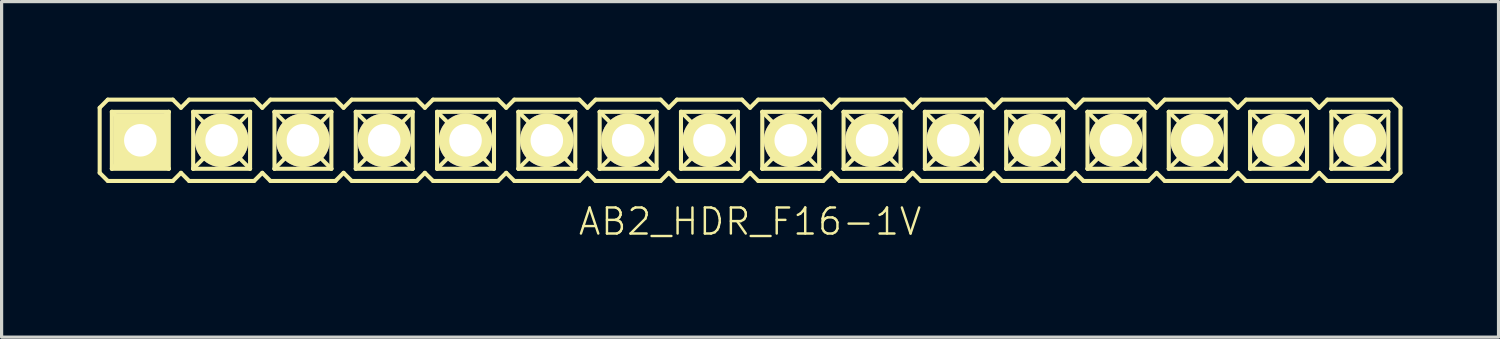
<source format=kicad_pcb>
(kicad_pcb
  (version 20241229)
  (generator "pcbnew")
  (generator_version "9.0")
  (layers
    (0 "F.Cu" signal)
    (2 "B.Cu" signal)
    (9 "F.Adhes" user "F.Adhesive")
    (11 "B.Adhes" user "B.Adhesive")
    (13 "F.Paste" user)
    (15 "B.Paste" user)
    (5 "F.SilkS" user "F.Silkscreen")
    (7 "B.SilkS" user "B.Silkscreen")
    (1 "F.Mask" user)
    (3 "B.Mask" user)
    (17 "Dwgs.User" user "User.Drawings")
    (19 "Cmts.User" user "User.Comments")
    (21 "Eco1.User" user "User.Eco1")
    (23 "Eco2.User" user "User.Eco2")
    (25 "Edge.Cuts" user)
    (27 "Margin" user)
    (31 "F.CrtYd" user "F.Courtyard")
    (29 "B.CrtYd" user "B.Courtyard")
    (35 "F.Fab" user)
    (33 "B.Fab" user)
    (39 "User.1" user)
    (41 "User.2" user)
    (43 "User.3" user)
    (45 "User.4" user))
  (footprint "AB2_HDR_F16-1V"
    (layer "F.Cu")
    (at 20.384 1.333)
    (property "Reference" "AB2_HDR_F16-1V" (at 0 2.54 0) (layer "F.SilkS") (effects (font (size 0.813 0.813) (thickness 0.076))))
    (attr through_hole)
    (fp_line (start -20.32 -1.016) (end -20.066 -1.27) (stroke (width 0.127) (type solid)) (layer "F.SilkS"))
    (fp_line (start -20.32 1.016) (end -20.32 -1.016) (stroke (width 0.127) (type solid)) (layer "F.SilkS"))
    (fp_line (start -20.066 -1.27) (end -18.034 -1.27) (stroke (width 0.127) (type solid)) (layer "F.SilkS"))
    (fp_line (start -20.066 1.27) (end -20.32 1.016) (stroke (width 0.127) (type solid)) (layer "F.SilkS"))
    (fp_line (start -19.939 -0.889) (end -18.161 -0.889) (stroke (width 0.127) (type solid)) (layer "F.SilkS"))
    (fp_line (start -19.939 0.889) (end -19.939 -0.889) (stroke (width 0.127) (type solid)) (layer "F.SilkS"))
    (fp_line (start -19.558 -0.508) (end -19.939 -0.889) (stroke (width 0.127) (type solid)) (layer "F.SilkS"))
    (fp_line (start -19.558 -0.508) (end -18.542 -0.508) (stroke (width 0.127) (type solid)) (layer "F.SilkS"))
    (fp_line (start -19.558 0.508) (end -19.939 0.889) (stroke (width 0.127) (type solid)) (layer "F.SilkS"))
    (fp_line (start -19.558 0.508) (end -19.558 -0.508) (stroke (width 0.127) (type solid)) (layer "F.SilkS"))
    (fp_line (start -18.542 -0.508) (end -18.542 0.508) (stroke (width 0.127) (type solid)) (layer "F.SilkS"))
    (fp_line (start -18.542 -0.508) (end -18.161 -0.889) (stroke (width 0.127) (type solid)) (layer "F.SilkS"))
    (fp_line (start -18.542 0.508) (end -19.558 0.508) (stroke (width 0.127) (type solid)) (layer "F.SilkS"))
    (fp_line (start -18.542 0.508) (end -18.161 0.889) (stroke (width 0.127) (type solid)) (layer "F.SilkS"))
    (fp_line (start -18.161 -0.889) (end -18.161 0.889) (stroke (width 0.127) (type solid)) (layer "F.SilkS"))
    (fp_line (start -18.161 0.889) (end -19.939 0.889) (stroke (width 0.127) (type solid)) (layer "F.SilkS"))
    (fp_line (start -18.034 -1.27) (end -17.78 -1.016) (stroke (width 0.127) (type solid)) (layer "F.SilkS"))
    (fp_line (start -18.034 1.27) (end -20.066 1.27) (stroke (width 0.127) (type solid)) (layer "F.SilkS"))
    (fp_line (start -17.78 -1.016) (end -17.526 -1.27) (stroke (width 0.127) (type solid)) (layer "F.SilkS"))
    (fp_line (start -17.78 1.016) (end -18.034 1.27) (stroke (width 0.127) (type solid)) (layer "F.SilkS"))
    (fp_line (start -17.526 -1.27) (end -15.494 -1.27) (stroke (width 0.127) (type solid)) (layer "F.SilkS"))
    (fp_line (start -17.526 1.27) (end -17.78 1.016) (stroke (width 0.127) (type solid)) (layer "F.SilkS"))
    (fp_line (start -17.399 -0.889) (end -15.621 -0.889) (stroke (width 0.127) (type solid)) (layer "F.SilkS"))
    (fp_line (start -17.399 0.889) (end -17.399 -0.889) (stroke (width 0.127) (type solid)) (layer "F.SilkS"))
    (fp_line (start -17.018 -0.508) (end -17.399 -0.889) (stroke (width 0.127) (type solid)) (layer "F.SilkS"))
    (fp_line (start -17.018 -0.508) (end -16.002 -0.508) (stroke (width 0.127) (type solid)) (layer "F.SilkS"))
    (fp_line (start -17.018 0.508) (end -17.399 0.889) (stroke (width 0.127) (type solid)) (layer "F.SilkS"))
    (fp_line (start -17.018 0.508) (end -17.018 -0.508) (stroke (width 0.127) (type solid)) (layer "F.SilkS"))
    (fp_line (start -16.002 -0.508) (end -16.002 0.508) (stroke (width 0.127) (type solid)) (layer "F.SilkS"))
    (fp_line (start -16.002 -0.508) (end -15.621 -0.889) (stroke (width 0.127) (type solid)) (layer "F.SilkS"))
    (fp_line (start -16.002 0.508) (end -17.018 0.508) (stroke (width 0.127) (type solid)) (layer "F.SilkS"))
    (fp_line (start -16.002 0.508) (end -15.621 0.889) (stroke (width 0.127) (type solid)) (layer "F.SilkS"))
    (fp_line (start -15.621 -0.889) (end -15.621 0.889) (stroke (width 0.127) (type solid)) (layer "F.SilkS"))
    (fp_line (start -15.621 0.889) (end -17.399 0.889) (stroke (width 0.127) (type solid)) (layer "F.SilkS"))
    (fp_line (start -15.494 -1.27) (end -15.24 -1.016) (stroke (width 0.127) (type solid)) (layer "F.SilkS"))
    (fp_line (start -15.494 1.27) (end -17.526 1.27) (stroke (width 0.127) (type solid)) (layer "F.SilkS"))
    (fp_line (start -15.24 -1.016) (end -14.986 -1.27) (stroke (width 0.127) (type solid)) (layer "F.SilkS"))
    (fp_line (start -15.24 1.016) (end -15.494 1.27) (stroke (width 0.127) (type solid)) (layer "F.SilkS"))
    (fp_line (start -14.986 -1.27) (end -12.954 -1.27) (stroke (width 0.127) (type solid)) (layer "F.SilkS"))
    (fp_line (start -14.986 1.27) (end -15.24 1.016) (stroke (width 0.127) (type solid)) (layer "F.SilkS"))
    (fp_line (start -14.859 -0.889) (end -13.081 -0.889) (stroke (width 0.127) (type solid)) (layer "F.SilkS"))
    (fp_line (start -14.859 0.889) (end -14.859 -0.889) (stroke (width 0.127) (type solid)) (layer "F.SilkS"))
    (fp_line (start -14.478 -0.508) (end -14.859 -0.889) (stroke (width 0.127) (type solid)) (layer "F.SilkS"))
    (fp_line (start -14.478 -0.508) (end -13.462 -0.508) (stroke (width 0.127) (type solid)) (layer "F.SilkS"))
    (fp_line (start -14.478 0.508) (end -14.859 0.889) (stroke (width 0.127) (type solid)) (layer "F.SilkS"))
    (fp_line (start -14.478 0.508) (end -14.478 -0.508) (stroke (width 0.127) (type solid)) (layer "F.SilkS"))
    (fp_line (start -13.462 -0.508) (end -13.462 0.508) (stroke (width 0.127) (type solid)) (layer "F.SilkS"))
    (fp_line (start -13.462 -0.508) (end -13.081 -0.889) (stroke (width 0.127) (type solid)) (layer "F.SilkS"))
    (fp_line (start -13.462 0.508) (end -14.478 0.508) (stroke (width 0.127) (type solid)) (layer "F.SilkS"))
    (fp_line (start -13.462 0.508) (end -13.081 0.889) (stroke (width 0.127) (type solid)) (layer "F.SilkS"))
    (fp_line (start -13.081 -0.889) (end -13.081 0.889) (stroke (width 0.127) (type solid)) (layer "F.SilkS"))
    (fp_line (start -13.081 0.889) (end -14.859 0.889) (stroke (width 0.127) (type solid)) (layer "F.SilkS"))
    (fp_line (start -12.954 -1.27) (end -12.7 -1.016) (stroke (width 0.127) (type solid)) (layer "F.SilkS"))
    (fp_line (start -12.954 1.27) (end -14.986 1.27) (stroke (width 0.127) (type solid)) (layer "F.SilkS"))
    (fp_line (start -12.7 -1.016) (end -12.446 -1.27) (stroke (width 0.127) (type solid)) (layer "F.SilkS"))
    (fp_line (start -12.7 1.016) (end -12.954 1.27) (stroke (width 0.127) (type solid)) (layer "F.SilkS"))
    (fp_line (start -12.446 -1.27) (end -10.414 -1.27) (stroke (width 0.127) (type solid)) (layer "F.SilkS"))
    (fp_line (start -12.446 1.27) (end -12.7 1.016) (stroke (width 0.127) (type solid)) (layer "F.SilkS"))
    (fp_line (start -12.319 -0.889) (end -10.541 -0.889) (stroke (width 0.127) (type solid)) (layer "F.SilkS"))
    (fp_line (start -12.319 0.889) (end -12.319 -0.889) (stroke (width 0.127) (type solid)) (layer "F.SilkS"))
    (fp_line (start -11.938 -0.508) (end -12.319 -0.889) (stroke (width 0.127) (type solid)) (layer "F.SilkS"))
    (fp_line (start -11.938 -0.508) (end -10.922 -0.508) (stroke (width 0.127) (type solid)) (layer "F.SilkS"))
    (fp_line (start -11.938 0.508) (end -12.319 0.889) (stroke (width 0.127) (type solid)) (layer "F.SilkS"))
    (fp_line (start -11.938 0.508) (end -11.938 -0.508) (stroke (width 0.127) (type solid)) (layer "F.SilkS"))
    (fp_line (start -10.922 -0.508) (end -10.922 0.508) (stroke (width 0.127) (type solid)) (layer "F.SilkS"))
    (fp_line (start -10.922 -0.508) (end -10.541 -0.889) (stroke (width 0.127) (type solid)) (layer "F.SilkS"))
    (fp_line (start -10.922 0.508) (end -11.938 0.508) (stroke (width 0.127) (type solid)) (layer "F.SilkS"))
    (fp_line (start -10.922 0.508) (end -10.541 0.889) (stroke (width 0.127) (type solid)) (layer "F.SilkS"))
    (fp_line (start -10.541 -0.889) (end -10.541 0.889) (stroke (width 0.127) (type solid)) (layer "F.SilkS"))
    (fp_line (start -10.541 0.889) (end -12.319 0.889) (stroke (width 0.127) (type solid)) (layer "F.SilkS"))
    (fp_line (start -10.414 -1.27) (end -10.16 -1.016) (stroke (width 0.127) (type solid)) (layer "F.SilkS"))
    (fp_line (start -10.414 1.27) (end -12.446 1.27) (stroke (width 0.127) (type solid)) (layer "F.SilkS"))
    (fp_line (start -10.16 -1.016) (end -9.906 -1.27) (stroke (width 0.127) (type solid)) (layer "F.SilkS"))
    (fp_line (start -10.16 1.016) (end -10.414 1.27) (stroke (width 0.127) (type solid)) (layer "F.SilkS"))
    (fp_line (start -9.906 -1.27) (end -7.874 -1.27) (stroke (width 0.127) (type solid)) (layer "F.SilkS"))
    (fp_line (start -9.906 1.27) (end -10.16 1.016) (stroke (width 0.127) (type solid)) (layer "F.SilkS"))
    (fp_line (start -9.779 -0.889) (end -8.001 -0.889) (stroke (width 0.127) (type solid)) (layer "F.SilkS"))
    (fp_line (start -9.779 0.889) (end -9.779 -0.889) (stroke (width 0.127) (type solid)) (layer "F.SilkS"))
    (fp_line (start -9.398 -0.508) (end -9.779 -0.889) (stroke (width 0.127) (type solid)) (layer "F.SilkS"))
    (fp_line (start -9.398 -0.508) (end -8.382 -0.508) (stroke (width 0.127) (type solid)) (layer "F.SilkS"))
    (fp_line (start -9.398 0.508) (end -9.779 0.889) (stroke (width 0.127) (type solid)) (layer "F.SilkS"))
    (fp_line (start -9.398 0.508) (end -9.398 -0.508) (stroke (width 0.127) (type solid)) (layer "F.SilkS"))
    (fp_line (start -8.382 -0.508) (end -8.382 0.508) (stroke (width 0.127) (type solid)) (layer "F.SilkS"))
    (fp_line (start -8.382 -0.508) (end -8.001 -0.889) (stroke (width 0.127) (type solid)) (layer "F.SilkS"))
    (fp_line (start -8.382 0.508) (end -9.398 0.508) (stroke (width 0.127) (type solid)) (layer "F.SilkS"))
    (fp_line (start -8.382 0.508) (end -8.001 0.889) (stroke (width 0.127) (type solid)) (layer "F.SilkS"))
    (fp_line (start -8.001 -0.889) (end -8.001 0.889) (stroke (width 0.127) (type solid)) (layer "F.SilkS"))
    (fp_line (start -8.001 0.889) (end -9.779 0.889) (stroke (width 0.127) (type solid)) (layer "F.SilkS"))
    (fp_line (start -7.874 -1.27) (end -7.62 -1.016) (stroke (width 0.127) (type solid)) (layer "F.SilkS"))
    (fp_line (start -7.874 1.27) (end -9.906 1.27) (stroke (width 0.127) (type solid)) (layer "F.SilkS"))
    (fp_line (start -7.62 -1.016) (end -7.366 -1.27) (stroke (width 0.127) (type solid)) (layer "F.SilkS"))
    (fp_line (start -7.62 1.016) (end -7.874 1.27) (stroke (width 0.127) (type solid)) (layer "F.SilkS"))
    (fp_line (start -7.366 -1.27) (end -5.334 -1.27) (stroke (width 0.127) (type solid)) (layer "F.SilkS"))
    (fp_line (start -7.366 1.27) (end -7.62 1.016) (stroke (width 0.127) (type solid)) (layer "F.SilkS"))
    (fp_line (start -7.239 -0.889) (end -5.461 -0.889) (stroke (width 0.127) (type solid)) (layer "F.SilkS"))
    (fp_line (start -7.239 0.889) (end -7.239 -0.889) (stroke (width 0.127) (type solid)) (layer "F.SilkS"))
    (fp_line (start -6.858 -0.508) (end -7.239 -0.889) (stroke (width 0.127) (type solid)) (layer "F.SilkS"))
    (fp_line (start -6.858 -0.508) (end -5.842 -0.508) (stroke (width 0.127) (type solid)) (layer "F.SilkS"))
    (fp_line (start -6.858 0.508) (end -7.239 0.889) (stroke (width 0.127) (type solid)) (layer "F.SilkS"))
    (fp_line (start -6.858 0.508) (end -6.858 -0.508) (stroke (width 0.127) (type solid)) (layer "F.SilkS"))
    (fp_line (start -5.842 -0.508) (end -5.842 0.508) (stroke (width 0.127) (type solid)) (layer "F.SilkS"))
    (fp_line (start -5.842 -0.508) (end -5.461 -0.889) (stroke (width 0.127) (type solid)) (layer "F.SilkS"))
    (fp_line (start -5.842 0.508) (end -6.858 0.508) (stroke (width 0.127) (type solid)) (layer "F.SilkS"))
    (fp_line (start -5.842 0.508) (end -5.461 0.889) (stroke (width 0.127) (type solid)) (layer "F.SilkS"))
    (fp_line (start -5.461 -0.889) (end -5.461 0.889) (stroke (width 0.127) (type solid)) (layer "F.SilkS"))
    (fp_line (start -5.461 0.889) (end -7.239 0.889) (stroke (width 0.127) (type solid)) (layer "F.SilkS"))
    (fp_line (start -5.334 -1.27) (end -5.08 -1.016) (stroke (width 0.127) (type solid)) (layer "F.SilkS"))
    (fp_line (start -5.334 1.27) (end -7.366 1.27) (stroke (width 0.127) (type solid)) (layer "F.SilkS"))
    (fp_line (start -5.08 -1.016) (end -4.826 -1.27) (stroke (width 0.127) (type solid)) (layer "F.SilkS"))
    (fp_line (start -5.08 1.016) (end -5.334 1.27) (stroke (width 0.127) (type solid)) (layer "F.SilkS"))
    (fp_line (start -4.826 -1.27) (end -2.794 -1.27) (stroke (width 0.127) (type solid)) (layer "F.SilkS"))
    (fp_line (start -4.826 1.27) (end -5.08 1.016) (stroke (width 0.127) (type solid)) (layer "F.SilkS"))
    (fp_line (start -4.699 -0.889) (end -2.921 -0.889) (stroke (width 0.127) (type solid)) (layer "F.SilkS"))
    (fp_line (start -4.699 0.889) (end -4.699 -0.889) (stroke (width 0.127) (type solid)) (layer "F.SilkS"))
    (fp_line (start -4.318 -0.508) (end -4.699 -0.889) (stroke (width 0.127) (type solid)) (layer "F.SilkS"))
    (fp_line (start -4.318 -0.508) (end -3.302 -0.508) (stroke (width 0.127) (type solid)) (layer "F.SilkS"))
    (fp_line (start -4.318 0.508) (end -4.699 0.889) (stroke (width 0.127) (type solid)) (layer "F.SilkS"))
    (fp_line (start -4.318 0.508) (end -4.318 -0.508) (stroke (width 0.127) (type solid)) (layer "F.SilkS"))
    (fp_line (start -3.302 -0.508) (end -3.302 0.508) (stroke (width 0.127) (type solid)) (layer "F.SilkS"))
    (fp_line (start -3.302 -0.508) (end -2.921 -0.889) (stroke (width 0.127) (type solid)) (layer "F.SilkS"))
    (fp_line (start -3.302 0.508) (end -4.318 0.508) (stroke (width 0.127) (type solid)) (layer "F.SilkS"))
    (fp_line (start -3.302 0.508) (end -2.921 0.889) (stroke (width 0.127) (type solid)) (layer "F.SilkS"))
    (fp_line (start -2.921 -0.889) (end -2.921 0.889) (stroke (width 0.127) (type solid)) (layer "F.SilkS"))
    (fp_line (start -2.921 0.889) (end -4.699 0.889) (stroke (width 0.127) (type solid)) (layer "F.SilkS"))
    (fp_line (start -2.794 -1.27) (end -2.54 -1.016) (stroke (width 0.127) (type solid)) (layer "F.SilkS"))
    (fp_line (start -2.794 1.27) (end -4.826 1.27) (stroke (width 0.127) (type solid)) (layer "F.SilkS"))
    (fp_line (start -2.54 -1.016) (end -2.286 -1.27) (stroke (width 0.127) (type solid)) (layer "F.SilkS"))
    (fp_line (start -2.54 1.016) (end -2.794 1.27) (stroke (width 0.127) (type solid)) (layer "F.SilkS"))
    (fp_line (start -2.286 -1.27) (end -0.254 -1.27) (stroke (width 0.127) (type solid)) (layer "F.SilkS"))
    (fp_line (start -2.286 1.27) (end -2.54 1.016) (stroke (width 0.127) (type solid)) (layer "F.SilkS"))
    (fp_line (start -2.159 -0.889) (end -0.381 -0.889) (stroke (width 0.127) (type solid)) (layer "F.SilkS"))
    (fp_line (start -2.159 0.889) (end -2.159 -0.889) (stroke (width 0.127) (type solid)) (layer "F.SilkS"))
    (fp_line (start -1.778 -0.508) (end -2.159 -0.889) (stroke (width 0.127) (type solid)) (layer "F.SilkS"))
    (fp_line (start -1.778 -0.508) (end -0.762 -0.508) (stroke (width 0.127) (type solid)) (layer "F.SilkS"))
    (fp_line (start -1.778 0.508) (end -2.159 0.889) (stroke (width 0.127) (type solid)) (layer "F.SilkS"))
    (fp_line (start -1.778 0.508) (end -1.778 -0.508) (stroke (width 0.127) (type solid)) (layer "F.SilkS"))
    (fp_line (start -0.762 -0.508) (end -0.762 0.508) (stroke (width 0.127) (type solid)) (layer "F.SilkS"))
    (fp_line (start -0.762 -0.508) (end -0.381 -0.889) (stroke (width 0.127) (type solid)) (layer "F.SilkS"))
    (fp_line (start -0.762 0.508) (end -1.778 0.508) (stroke (width 0.127) (type solid)) (layer "F.SilkS"))
    (fp_line (start -0.762 0.508) (end -0.381 0.889) (stroke (width 0.127) (type solid)) (layer "F.SilkS"))
    (fp_line (start -0.381 -0.889) (end -0.381 0.889) (stroke (width 0.127) (type solid)) (layer "F.SilkS"))
    (fp_line (start -0.381 0.889) (end -2.159 0.889) (stroke (width 0.127) (type solid)) (layer "F.SilkS"))
    (fp_line (start -0.254 -1.27) (end 0 -1.016) (stroke (width 0.127) (type solid)) (layer "F.SilkS"))
    (fp_line (start -0.254 1.27) (end -2.286 1.27) (stroke (width 0.127) (type solid)) (layer "F.SilkS"))
    (fp_line (start 0 -1.016) (end 0.254 -1.27) (stroke (width 0.127) (type solid)) (layer "F.SilkS"))
    (fp_line (start 0 1.016) (end -0.254 1.27) (stroke (width 0.127) (type solid)) (layer "F.SilkS"))
    (fp_line (start 0.254 -1.27) (end 2.286 -1.27) (stroke (width 0.127) (type solid)) (layer "F.SilkS"))
    (fp_line (start 0.254 1.27) (end 0 1.016) (stroke (width 0.127) (type solid)) (layer "F.SilkS"))
    (fp_line (start 0.381 -0.889) (end 2.159 -0.889) (stroke (width 0.127) (type solid)) (layer "F.SilkS"))
    (fp_line (start 0.381 0.889) (end 0.381 -0.889) (stroke (width 0.127) (type solid)) (layer "F.SilkS"))
    (fp_line (start 0.762 -0.508) (end 0.381 -0.889) (stroke (width 0.127) (type solid)) (layer "F.SilkS"))
    (fp_line (start 0.762 -0.508) (end 1.778 -0.508) (stroke (width 0.127) (type solid)) (layer "F.SilkS"))
    (fp_line (start 0.762 0.508) (end 0.381 0.889) (stroke (width 0.127) (type solid)) (layer "F.SilkS"))
    (fp_line (start 0.762 0.508) (end 0.762 -0.508) (stroke (width 0.127) (type solid)) (layer "F.SilkS"))
    (fp_line (start 1.778 -0.508) (end 1.778 0.508) (stroke (width 0.127) (type solid)) (layer "F.SilkS"))
    (fp_line (start 1.778 -0.508) (end 2.159 -0.889) (stroke (width 0.127) (type solid)) (layer "F.SilkS"))
    (fp_line (start 1.778 0.508) (end 0.762 0.508) (stroke (width 0.127) (type solid)) (layer "F.SilkS"))
    (fp_line (start 1.778 0.508) (end 2.159 0.889) (stroke (width 0.127) (type solid)) (layer "F.SilkS"))
    (fp_line (start 2.159 -0.889) (end 2.159 0.889) (stroke (width 0.127) (type solid)) (layer "F.SilkS"))
    (fp_line (start 2.159 0.889) (end 0.381 0.889) (stroke (width 0.127) (type solid)) (layer "F.SilkS"))
    (fp_line (start 2.286 -1.27) (end 2.54 -1.016) (stroke (width 0.127) (type solid)) (layer "F.SilkS"))
    (fp_line (start 2.286 1.27) (end 0.254 1.27) (stroke (width 0.127) (type solid)) (layer "F.SilkS"))
    (fp_line (start 2.54 -1.016) (end 2.794 -1.27) (stroke (width 0.127) (type solid)) (layer "F.SilkS"))
    (fp_line (start 2.54 1.016) (end 2.286 1.27) (stroke (width 0.127) (type solid)) (layer "F.SilkS"))
    (fp_line (start 2.794 -1.27) (end 4.826 -1.27) (stroke (width 0.127) (type solid)) (layer "F.SilkS"))
    (fp_line (start 2.794 1.27) (end 2.54 1.016) (stroke (width 0.127) (type solid)) (layer "F.SilkS"))
    (fp_line (start 2.921 -0.889) (end 4.699 -0.889) (stroke (width 0.127) (type solid)) (layer "F.SilkS"))
    (fp_line (start 2.921 0.889) (end 2.921 -0.889) (stroke (width 0.127) (type solid)) (layer "F.SilkS"))
    (fp_line (start 3.302 -0.508) (end 2.921 -0.889) (stroke (width 0.127) (type solid)) (layer "F.SilkS"))
    (fp_line (start 3.302 -0.508) (end 4.318 -0.508) (stroke (width 0.127) (type solid)) (layer "F.SilkS"))
    (fp_line (start 3.302 0.508) (end 2.921 0.889) (stroke (width 0.127) (type solid)) (layer "F.SilkS"))
    (fp_line (start 3.302 0.508) (end 3.302 -0.508) (stroke (width 0.127) (type solid)) (layer "F.SilkS"))
    (fp_line (start 4.318 -0.508) (end 4.318 0.508) (stroke (width 0.127) (type solid)) (layer "F.SilkS"))
    (fp_line (start 4.318 -0.508) (end 4.699 -0.889) (stroke (width 0.127) (type solid)) (layer "F.SilkS"))
    (fp_line (start 4.318 0.508) (end 3.302 0.508) (stroke (width 0.127) (type solid)) (layer "F.SilkS"))
    (fp_line (start 4.318 0.508) (end 4.699 0.889) (stroke (width 0.127) (type solid)) (layer "F.SilkS"))
    (fp_line (start 4.699 -0.889) (end 4.699 0.889) (stroke (width 0.127) (type solid)) (layer "F.SilkS"))
    (fp_line (start 4.699 0.889) (end 2.921 0.889) (stroke (width 0.127) (type solid)) (layer "F.SilkS"))
    (fp_line (start 4.826 -1.27) (end 5.08 -1.016) (stroke (width 0.127) (type solid)) (layer "F.SilkS"))
    (fp_line (start 4.826 1.27) (end 2.794 1.27) (stroke (width 0.127) (type solid)) (layer "F.SilkS"))
    (fp_line (start 5.08 -1.016) (end 5.334 -1.27) (stroke (width 0.127) (type solid)) (layer "F.SilkS"))
    (fp_line (start 5.08 1.016) (end 4.826 1.27) (stroke (width 0.127) (type solid)) (layer "F.SilkS"))
    (fp_line (start 5.334 -1.27) (end 7.366 -1.27) (stroke (width 0.127) (type solid)) (layer "F.SilkS"))
    (fp_line (start 5.334 1.27) (end 5.08 1.016) (stroke (width 0.127) (type solid)) (layer "F.SilkS"))
    (fp_line (start 5.461 -0.889) (end 7.239 -0.889) (stroke (width 0.127) (type solid)) (layer "F.SilkS"))
    (fp_line (start 5.461 0.889) (end 5.461 -0.889) (stroke (width 0.127) (type solid)) (layer "F.SilkS"))
    (fp_line (start 5.842 -0.508) (end 5.461 -0.889) (stroke (width 0.127) (type solid)) (layer "F.SilkS"))
    (fp_line (start 5.842 -0.508) (end 6.858 -0.508) (stroke (width 0.127) (type solid)) (layer "F.SilkS"))
    (fp_line (start 5.842 0.508) (end 5.461 0.889) (stroke (width 0.127) (type solid)) (layer "F.SilkS"))
    (fp_line (start 5.842 0.508) (end 5.842 -0.508) (stroke (width 0.127) (type solid)) (layer "F.SilkS"))
    (fp_line (start 6.858 -0.508) (end 6.858 0.508) (stroke (width 0.127) (type solid)) (layer "F.SilkS"))
    (fp_line (start 6.858 -0.508) (end 7.239 -0.889) (stroke (width 0.127) (type solid)) (layer "F.SilkS"))
    (fp_line (start 6.858 0.508) (end 5.842 0.508) (stroke (width 0.127) (type solid)) (layer "F.SilkS"))
    (fp_line (start 6.858 0.508) (end 7.239 0.889) (stroke (width 0.127) (type solid)) (layer "F.SilkS"))
    (fp_line (start 7.239 -0.889) (end 7.239 0.889) (stroke (width 0.127) (type solid)) (layer "F.SilkS"))
    (fp_line (start 7.239 0.889) (end 5.461 0.889) (stroke (width 0.127) (type solid)) (layer "F.SilkS"))
    (fp_line (start 7.366 -1.27) (end 7.62 -1.016) (stroke (width 0.127) (type solid)) (layer "F.SilkS"))
    (fp_line (start 7.366 1.27) (end 5.334 1.27) (stroke (width 0.127) (type solid)) (layer "F.SilkS"))
    (fp_line (start 7.62 -1.016) (end 7.874 -1.27) (stroke (width 0.127) (type solid)) (layer "F.SilkS"))
    (fp_line (start 7.62 1.016) (end 7.366 1.27) (stroke (width 0.127) (type solid)) (layer "F.SilkS"))
    (fp_line (start 7.874 -1.27) (end 9.906 -1.27) (stroke (width 0.127) (type solid)) (layer "F.SilkS"))
    (fp_line (start 7.874 1.27) (end 7.62 1.016) (stroke (width 0.127) (type solid)) (layer "F.SilkS"))
    (fp_line (start 8.001 -0.889) (end 9.779 -0.889) (stroke (width 0.127) (type solid)) (layer "F.SilkS"))
    (fp_line (start 8.001 0.889) (end 8.001 -0.889) (stroke (width 0.127) (type solid)) (layer "F.SilkS"))
    (fp_line (start 8.382 -0.508) (end 8.001 -0.889) (stroke (width 0.127) (type solid)) (layer "F.SilkS"))
    (fp_line (start 8.382 -0.508) (end 9.398 -0.508) (stroke (width 0.127) (type solid)) (layer "F.SilkS"))
    (fp_line (start 8.382 0.508) (end 8.001 0.889) (stroke (width 0.127) (type solid)) (layer "F.SilkS"))
    (fp_line (start 8.382 0.508) (end 8.382 -0.508) (stroke (width 0.127) (type solid)) (layer "F.SilkS"))
    (fp_line (start 9.398 -0.508) (end 9.398 0.508) (stroke (width 0.127) (type solid)) (layer "F.SilkS"))
    (fp_line (start 9.398 -0.508) (end 9.779 -0.889) (stroke (width 0.127) (type solid)) (layer "F.SilkS"))
    (fp_line (start 9.398 0.508) (end 8.382 0.508) (stroke (width 0.127) (type solid)) (layer "F.SilkS"))
    (fp_line (start 9.398 0.508) (end 9.779 0.889) (stroke (width 0.127) (type solid)) (layer "F.SilkS"))
    (fp_line (start 9.779 -0.889) (end 9.779 0.889) (stroke (width 0.127) (type solid)) (layer "F.SilkS"))
    (fp_line (start 9.779 0.889) (end 8.001 0.889) (stroke (width 0.127) (type solid)) (layer "F.SilkS"))
    (fp_line (start 9.906 -1.27) (end 10.16 -1.016) (stroke (width 0.127) (type solid)) (layer "F.SilkS"))
    (fp_line (start 9.906 1.27) (end 7.874 1.27) (stroke (width 0.127) (type solid)) (layer "F.SilkS"))
    (fp_line (start 10.16 -1.016) (end 10.414 -1.27) (stroke (width 0.127) (type solid)) (layer "F.SilkS"))
    (fp_line (start 10.16 1.016) (end 9.906 1.27) (stroke (width 0.127) (type solid)) (layer "F.SilkS"))
    (fp_line (start 10.414 -1.27) (end 12.446 -1.27) (stroke (width 0.127) (type solid)) (layer "F.SilkS"))
    (fp_line (start 10.414 1.27) (end 10.16 1.016) (stroke (width 0.127) (type solid)) (layer "F.SilkS"))
    (fp_line (start 10.541 -0.889) (end 12.319 -0.889) (stroke (width 0.127) (type solid)) (layer "F.SilkS"))
    (fp_line (start 10.541 0.889) (end 10.541 -0.889) (stroke (width 0.127) (type solid)) (layer "F.SilkS"))
    (fp_line (start 10.922 -0.508) (end 10.541 -0.889) (stroke (width 0.127) (type solid)) (layer "F.SilkS"))
    (fp_line (start 10.922 -0.508) (end 11.938 -0.508) (stroke (width 0.127) (type solid)) (layer "F.SilkS"))
    (fp_line (start 10.922 0.508) (end 10.541 0.889) (stroke (width 0.127) (type solid)) (layer "F.SilkS"))
    (fp_line (start 10.922 0.508) (end 10.922 -0.508) (stroke (width 0.127) (type solid)) (layer "F.SilkS"))
    (fp_line (start 11.938 -0.508) (end 11.938 0.508) (stroke (width 0.127) (type solid)) (layer "F.SilkS"))
    (fp_line (start 11.938 -0.508) (end 12.319 -0.889) (stroke (width 0.127) (type solid)) (layer "F.SilkS"))
    (fp_line (start 11.938 0.508) (end 10.922 0.508) (stroke (width 0.127) (type solid)) (layer "F.SilkS"))
    (fp_line (start 11.938 0.508) (end 12.319 0.889) (stroke (width 0.127) (type solid)) (layer "F.SilkS"))
    (fp_line (start 12.319 -0.889) (end 12.319 0.889) (stroke (width 0.127) (type solid)) (layer "F.SilkS"))
    (fp_line (start 12.319 0.889) (end 10.541 0.889) (stroke (width 0.127) (type solid)) (layer "F.SilkS"))
    (fp_line (start 12.446 -1.27) (end 12.7 -1.016) (stroke (width 0.127) (type solid)) (layer "F.SilkS"))
    (fp_line (start 12.446 1.27) (end 10.414 1.27) (stroke (width 0.127) (type solid)) (layer "F.SilkS"))
    (fp_line (start 12.7 -1.016) (end 12.954 -1.27) (stroke (width 0.127) (type solid)) (layer "F.SilkS"))
    (fp_line (start 12.7 1.016) (end 12.446 1.27) (stroke (width 0.127) (type solid)) (layer "F.SilkS"))
    (fp_line (start 12.954 -1.27) (end 14.986 -1.27) (stroke (width 0.127) (type solid)) (layer "F.SilkS"))
    (fp_line (start 12.954 1.27) (end 12.7 1.016) (stroke (width 0.127) (type solid)) (layer "F.SilkS"))
    (fp_line (start 13.081 -0.889) (end 14.859 -0.889) (stroke (width 0.127) (type solid)) (layer "F.SilkS"))
    (fp_line (start 13.081 0.889) (end 13.081 -0.889) (stroke (width 0.127) (type solid)) (layer "F.SilkS"))
    (fp_line (start 13.462 -0.508) (end 13.081 -0.889) (stroke (width 0.127) (type solid)) (layer "F.SilkS"))
    (fp_line (start 13.462 -0.508) (end 14.478 -0.508) (stroke (width 0.127) (type solid)) (layer "F.SilkS"))
    (fp_line (start 13.462 0.508) (end 13.081 0.889) (stroke (width 0.127) (type solid)) (layer "F.SilkS"))
    (fp_line (start 13.462 0.508) (end 13.462 -0.508) (stroke (width 0.127) (type solid)) (layer "F.SilkS"))
    (fp_line (start 14.478 -0.508) (end 14.478 0.508) (stroke (width 0.127) (type solid)) (layer "F.SilkS"))
    (fp_line (start 14.478 -0.508) (end 14.859 -0.889) (stroke (width 0.127) (type solid)) (layer "F.SilkS"))
    (fp_line (start 14.478 0.508) (end 13.462 0.508) (stroke (width 0.127) (type solid)) (layer "F.SilkS"))
    (fp_line (start 14.478 0.508) (end 14.859 0.889) (stroke (width 0.127) (type solid)) (layer "F.SilkS"))
    (fp_line (start 14.859 -0.889) (end 14.859 0.889) (stroke (width 0.127) (type solid)) (layer "F.SilkS"))
    (fp_line (start 14.859 0.889) (end 13.081 0.889) (stroke (width 0.127) (type solid)) (layer "F.SilkS"))
    (fp_line (start 14.986 -1.27) (end 15.24 -1.016) (stroke (width 0.127) (type solid)) (layer "F.SilkS"))
    (fp_line (start 14.986 1.27) (end 12.954 1.27) (stroke (width 0.127) (type solid)) (layer "F.SilkS"))
    (fp_line (start 15.24 -1.016) (end 15.494 -1.27) (stroke (width 0.127) (type solid)) (layer "F.SilkS"))
    (fp_line (start 15.24 1.016) (end 14.986 1.27) (stroke (width 0.127) (type solid)) (layer "F.SilkS"))
    (fp_line (start 15.494 -1.27) (end 17.526 -1.27) (stroke (width 0.127) (type solid)) (layer "F.SilkS"))
    (fp_line (start 15.494 1.27) (end 15.24 1.016) (stroke (width 0.127) (type solid)) (layer "F.SilkS"))
    (fp_line (start 15.621 -0.889) (end 17.399 -0.889) (stroke (width 0.127) (type solid)) (layer "F.SilkS"))
    (fp_line (start 15.621 0.889) (end 15.621 -0.889) (stroke (width 0.127) (type solid)) (layer "F.SilkS"))
    (fp_line (start 16.002 -0.508) (end 15.621 -0.889) (stroke (width 0.127) (type solid)) (layer "F.SilkS"))
    (fp_line (start 16.002 -0.508) (end 17.018 -0.508) (stroke (width 0.127) (type solid)) (layer "F.SilkS"))
    (fp_line (start 16.002 0.508) (end 15.621 0.889) (stroke (width 0.127) (type solid)) (layer "F.SilkS"))
    (fp_line (start 16.002 0.508) (end 16.002 -0.508) (stroke (width 0.127) (type solid)) (layer "F.SilkS"))
    (fp_line (start 17.018 -0.508) (end 17.018 0.508) (stroke (width 0.127) (type solid)) (layer "F.SilkS"))
    (fp_line (start 17.018 -0.508) (end 17.399 -0.889) (stroke (width 0.127) (type solid)) (layer "F.SilkS"))
    (fp_line (start 17.018 0.508) (end 16.002 0.508) (stroke (width 0.127) (type solid)) (layer "F.SilkS"))
    (fp_line (start 17.018 0.508) (end 17.399 0.889) (stroke (width 0.127) (type solid)) (layer "F.SilkS"))
    (fp_line (start 17.399 -0.889) (end 17.399 0.889) (stroke (width 0.127) (type solid)) (layer "F.SilkS"))
    (fp_line (start 17.399 0.889) (end 15.621 0.889) (stroke (width 0.127) (type solid)) (layer "F.SilkS"))
    (fp_line (start 17.526 -1.27) (end 17.78 -1.016) (stroke (width 0.127) (type solid)) (layer "F.SilkS"))
    (fp_line (start 17.526 1.27) (end 15.494 1.27) (stroke (width 0.127) (type solid)) (layer "F.SilkS"))
    (fp_line (start 17.78 -1.016) (end 18.034 -1.27) (stroke (width 0.127) (type solid)) (layer "F.SilkS"))
    (fp_line (start 17.78 1.016) (end 17.526 1.27) (stroke (width 0.127) (type solid)) (layer "F.SilkS"))
    (fp_line (start 18.034 -1.27) (end 20.066 -1.27) (stroke (width 0.127) (type solid)) (layer "F.SilkS"))
    (fp_line (start 18.034 1.27) (end 17.78 1.016) (stroke (width 0.127) (type solid)) (layer "F.SilkS"))
    (fp_line (start 18.161 -0.889) (end 19.939 -0.889) (stroke (width 0.127) (type solid)) (layer "F.SilkS"))
    (fp_line (start 18.161 0.889) (end 18.161 -0.889) (stroke (width 0.127) (type solid)) (layer "F.SilkS"))
    (fp_line (start 18.542 -0.508) (end 18.161 -0.889) (stroke (width 0.127) (type solid)) (layer "F.SilkS"))
    (fp_line (start 18.542 -0.508) (end 19.558 -0.508) (stroke (width 0.127) (type solid)) (layer "F.SilkS"))
    (fp_line (start 18.542 0.508) (end 18.161 0.889) (stroke (width 0.127) (type solid)) (layer "F.SilkS"))
    (fp_line (start 18.542 0.508) (end 18.542 -0.508) (stroke (width 0.127) (type solid)) (layer "F.SilkS"))
    (fp_line (start 19.558 -0.508) (end 19.558 0.508) (stroke (width 0.127) (type solid)) (layer "F.SilkS"))
    (fp_line (start 19.558 -0.508) (end 19.939 -0.889) (stroke (width 0.127) (type solid)) (layer "F.SilkS"))
    (fp_line (start 19.558 0.508) (end 18.542 0.508) (stroke (width 0.127) (type solid)) (layer "F.SilkS"))
    (fp_line (start 19.558 0.508) (end 19.939 0.889) (stroke (width 0.127) (type solid)) (layer "F.SilkS"))
    (fp_line (start 19.939 -0.889) (end 19.939 0.889) (stroke (width 0.127) (type solid)) (layer "F.SilkS"))
    (fp_line (start 19.939 0.889) (end 18.161 0.889) (stroke (width 0.127) (type solid)) (layer "F.SilkS"))
    (fp_line (start 20.066 -1.27) (end 20.32 -1.016) (stroke (width 0.127) (type solid)) (layer "F.SilkS"))
    (fp_line (start 20.066 1.27) (end 18.034 1.27) (stroke (width 0.127) (type solid)) (layer "F.SilkS"))
    (fp_line (start 20.32 1.016) (end 20.066 1.27) (stroke (width 0.127) (type solid)) (layer "F.SilkS"))
    (fp_line (start 20.32 1.016) (end 20.32 -1.016) (stroke (width 0.127) (type solid)) (layer "F.SilkS"))
    (pad "1" thru_hole rect (at -19.05 0) (size 1.676 1.676) (drill 1.016) (layers "*.Cu" "*.Mask" "F.SilkS"))
    (pad "2" thru_hole circle (at -16.51 0) (size 1.676 1.676) (drill 1.016) (layers "*.Cu" "*.Mask" "F.SilkS"))
    (pad "3" thru_hole circle (at -13.97 0) (size 1.676 1.676) (drill 1.016) (layers "*.Cu" "*.Mask" "F.SilkS"))
    (pad "4" thru_hole circle (at -11.43 0) (size 1.676 1.676) (drill 1.016) (layers "*.Cu" "*.Mask" "F.SilkS"))
    (pad "5" thru_hole circle (at -8.89 0) (size 1.676 1.676) (drill 1.016) (layers "*.Cu" "*.Mask" "F.SilkS"))
    (pad "6" thru_hole circle (at -6.35 0) (size 1.676 1.676) (drill 1.016) (layers "*.Cu" "*.Mask" "F.SilkS"))
    (pad "7" thru_hole circle (at -3.81 0) (size 1.676 1.676) (drill 1.016) (layers "*.Cu" "*.Mask" "F.SilkS"))
    (pad "8" thru_hole circle (at -1.27 0) (size 1.676 1.676) (drill 1.016) (layers "*.Cu" "*.Mask" "F.SilkS"))
    (pad "9" thru_hole circle (at 1.27 0) (size 1.676 1.676) (drill 1.016) (layers "*.Cu" "*.Mask" "F.SilkS"))
    (pad "10" thru_hole circle (at 3.81 0) (size 1.676 1.676) (drill 1.016) (layers "*.Cu" "*.Mask" "F.SilkS"))
    (pad "11" thru_hole circle (at 6.35 0) (size 1.676 1.676) (drill 1.016) (layers "*.Cu" "*.Mask" "F.SilkS"))
    (pad "12" thru_hole circle (at 8.89 0) (size 1.676 1.676) (drill 1.016) (layers "*.Cu" "*.Mask" "F.SilkS"))
    (pad "13" thru_hole circle (at 11.43 0) (size 1.676 1.676) (drill 1.016) (layers "*.Cu" "*.Mask" "F.SilkS"))
    (pad "14" thru_hole circle (at 13.97 0) (size 1.676 1.676) (drill 1.016) (layers "*.Cu" "*.Mask" "F.SilkS"))
    (pad "15" thru_hole circle (at 16.51 0) (size 1.676 1.676) (drill 1.016) (layers "*.Cu" "*.Mask" "F.SilkS"))
    (pad "16" thru_hole circle (at 19.05 0) (size 1.676 1.676) (drill 1.016) (layers "*.Cu" "*.Mask" "F.SilkS")))
  (gr_rect
    (start -3 -3)
    (end 43.767 7.483)
    (stroke (width 0.1) (type default))
    (fill no)
    (layer "Edge.Cuts")))
</source>
